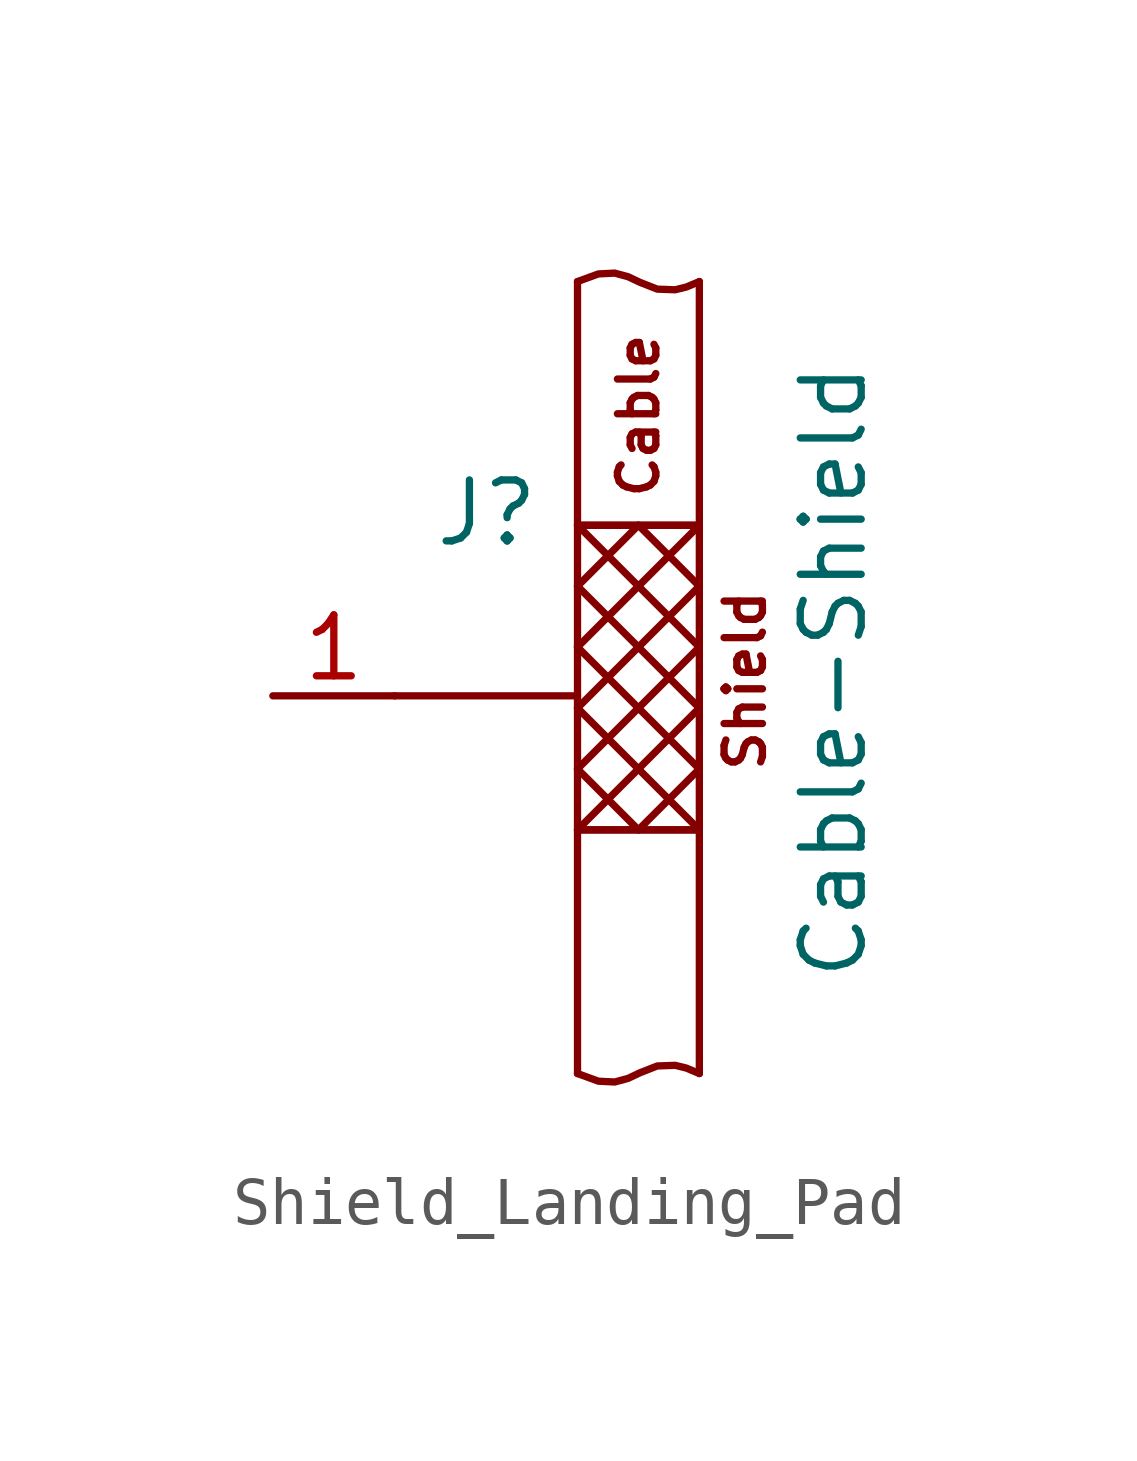
<source format=kicad_sym>
(kicad_symbol_lib
  (version 20241209)
  (generator "kicad_symbol_editor")
  (generator_version "9.0")
  (symbol "Shield_Landing_Pad"
    (property "Reference" "J"
      (at -2.032 3.81 0)
      (effects (font (size 1.27 1.27)) (justify right)))
    (property "Value" "Cable-Shield"
      (at 4.064 0.508 90)
      (effects (font (size 1.27 1.27))))
    (symbol "Shield_Landing_Pad_0_1"
      (polyline (pts (xy -5.08 0) (xy -1.27 0)) (stroke (width 0) (type default)) (fill (type none)))
      (polyline (pts (xy -1.27 3.556) (xy 1.27 1.016)) (stroke (width 0) (type default)) (fill (type none)))
      (polyline (pts (xy -1.27 2.286) (xy 1.27 -0.254)) (stroke (width 0) (type default)) (fill (type none)))
      (polyline (pts (xy -1.27 1.016) (xy 1.27 -1.524)) (stroke (width 0) (type default)) (fill (type none)))
      (polyline (pts (xy -1.27 -0.254) (xy 1.27 -2.794)) (stroke (width 0) (type default)) (fill (type none)))
      (polyline (pts (xy -1.27 -1.524) (xy 0 -2.794)) (stroke (width 0) (type default)) (fill (type none)))
      (polyline (pts (xy 0 3.556) (xy -1.27 2.286)) (stroke (width 0) (type default)) (fill (type none)))
      (polyline (pts (xy 0 3.556) (xy 1.27 2.286)) (stroke (width 0) (type default)) (fill (type none)))
      (polyline (pts (xy 1.27 8.636) (xy 1.27 3.556) (xy -1.27 3.556) (xy -1.27 8.636)) (stroke (width 0) (type default)) (fill (type none)))
      (bezier (pts (xy 1.27 8.636) (xy 0 8.001) (xy 0 9.271) (xy -1.27 8.636)) (stroke (width 0) (type default)) (fill (type none)))
      (polyline (pts (xy 1.27 3.556) (xy -1.27 1.016)) (stroke (width 0) (type default)) (fill (type none)))
      (polyline (pts (xy 1.27 2.286) (xy -1.27 -0.254)) (stroke (width 0) (type default)) (fill (type none)))
      (polyline (pts (xy 1.27 1.016) (xy -1.27 -1.524)) (stroke (width 0) (type default)) (fill (type none)))
      (polyline (pts (xy 1.27 -0.254) (xy -1.27 -2.794)) (stroke (width 0) (type default)) (fill (type none)))
      (polyline (pts (xy 1.27 -1.524) (xy 0 -2.794)) (stroke (width 0) (type default)) (fill (type none)))
      (rectangle (start 1.27 -2.794) (end -1.27 3.556) (stroke (width 0) (type default)) (fill (type none)))
      (polyline (pts (xy 1.27 -7.874) (xy 1.27 -2.794) (xy -1.27 -2.794) (xy -1.27 -7.874)) (stroke (width 0) (type default)) (fill (type none)))
      (bezier (pts (xy 1.27 -7.874) (xy 0 -7.239) (xy 0 -8.509) (xy -1.27 -7.874)) (stroke (width 0) (type default)) (fill (type none))))
    (symbol "Shield_Landing_Pad_1_1"
      (text "Cable" (at 0 5.842 900) (effects (font (size 0.8 0.8))))
      (text "Shield" (at 2.223 0.318 900) (effects (font (size 0.8 0.8))))
      (pin bidirectional line (at -7.62 0 0) (length 2.54) (name "" (effects (font (size 1.27 1.27)))) (number "1" (effects (font (size 1.27 1.27))))))))
</source>
